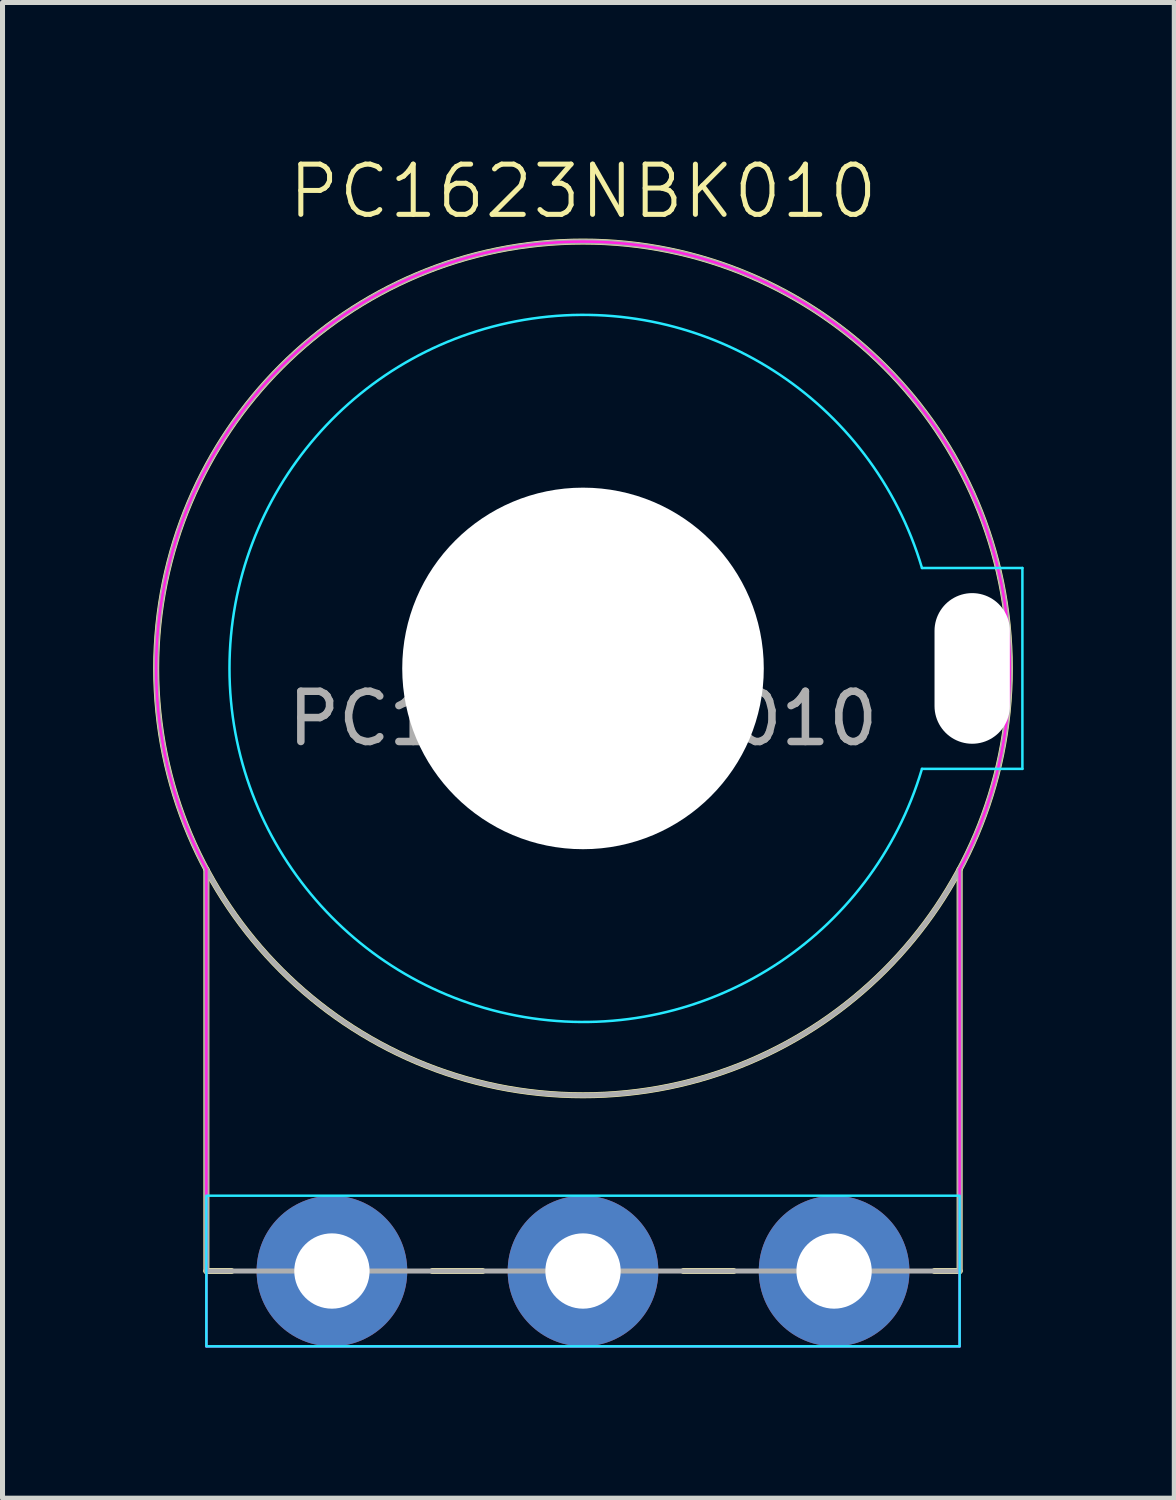
<source format=kicad_pcb>
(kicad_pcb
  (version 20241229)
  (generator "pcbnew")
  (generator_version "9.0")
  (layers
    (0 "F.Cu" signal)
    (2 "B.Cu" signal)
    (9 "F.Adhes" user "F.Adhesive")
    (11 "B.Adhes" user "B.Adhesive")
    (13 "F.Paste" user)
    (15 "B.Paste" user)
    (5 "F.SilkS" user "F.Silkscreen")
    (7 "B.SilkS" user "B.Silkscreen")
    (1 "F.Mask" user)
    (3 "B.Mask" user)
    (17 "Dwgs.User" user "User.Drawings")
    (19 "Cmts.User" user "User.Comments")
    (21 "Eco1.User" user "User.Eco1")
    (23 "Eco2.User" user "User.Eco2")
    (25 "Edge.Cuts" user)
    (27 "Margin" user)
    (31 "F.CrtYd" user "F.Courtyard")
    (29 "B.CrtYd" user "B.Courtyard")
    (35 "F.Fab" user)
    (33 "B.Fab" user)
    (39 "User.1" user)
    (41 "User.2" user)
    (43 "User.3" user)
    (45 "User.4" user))
  (footprint "PC1623NBK010"
    (layer "F.Cu")
    (at 13.56 22.261)
    (property "Reference" "PC1623NBK010" (at -5 -21.5 0) (unlocked yes) (layer "F.SilkS") (effects (font (size 1 1) (thickness 0.1))))
    (attr through_hole)
    (fp_rect (start -7.25 -17.75) (end -2.75 -6.25) (stroke (width 0.1) (type solid)) (fill yes) (layer "F.Mask"))
    (fp_circle (center -5 -12) (end 0.25 -12) (stroke (width 0.1) (type solid)) (fill yes) (layer "F.Mask"))
    (fp_circle (center -5 -12) (end 1.75 -12) (stroke (width 0.1) (type solid)) (fill yes) (layer "B.Mask"))
    (fp_line (start -12.5 -8) (end -12.5 0) (stroke (width 0.12) (type default)) (layer "F.SilkS"))
    (fp_line (start -12.5 0) (end -12 0) (stroke (width 0.12) (type default)) (layer "F.SilkS"))
    (fp_line (start -7 0) (end -8 0) (stroke (width 0.12) (type default)) (layer "F.SilkS"))
    (fp_line (start -2 0) (end -3 0) (stroke (width 0.12) (type default)) (layer "F.SilkS"))
    (fp_line (start 2.5 -8) (end 2.5 0) (stroke (width 0.12) (type default)) (layer "F.SilkS"))
    (fp_line (start 2.5 0) (end 2 0) (stroke (width 0.12) (type default)) (layer "F.SilkS"))
    (fp_circle (center -5 -12) (end 3.5 -12) (stroke (width 0.12) (type default)) (fill no) (layer "F.SilkS"))
    (fp_line (start 1.75 -14) (end 3.75 -14) (stroke (width 0.05) (type default)) (layer "B.CrtYd"))
    (fp_line (start 3.75 -14) (end 3.75 -10) (stroke (width 0.05) (type default)) (layer "B.CrtYd"))
    (fp_line (start 3.75 -10) (end 1.75 -10) (stroke (width 0.05) (type default)) (layer "B.CrtYd"))
    (fp_rect (start -12.5 -1.5) (end 2.5 1.5) (stroke (width 0.05) (type default)) (fill no) (layer "B.CrtYd"))
    (fp_arc (start 1.749999 -10) (mid -12.040063 -12) (end 1.749999 -14) (stroke (width 0.05) (type default)) (layer "B.CrtYd"))
    (fp_line (start -12.5 1.5) (end -12.5 -8) (stroke (width 0.05) (type default)) (layer "F.CrtYd"))
    (fp_line (start 2.5 -8) (end 2.5 1.5) (stroke (width 0.05) (type default)) (layer "F.CrtYd"))
    (fp_line (start 2.5 1.5) (end -12.5 1.5) (stroke (width 0.05) (type default)) (layer "F.CrtYd"))
    (fp_arc (start -12.5 -8) (mid -5 -20.5) (end 2.5 -8) (stroke (width 0.05) (type default)) (layer "F.CrtYd"))
    (fp_line (start -12.5 -8) (end -12.5 0) (stroke (width 0.1) (type default)) (layer "F.Fab"))
    (fp_line (start -12.5 0) (end 2.5 0) (stroke (width 0.1) (type default)) (layer "F.Fab"))
    (fp_line (start 2.5 0) (end 2.5 -8) (stroke (width 0.1) (type default)) (layer "F.Fab"))
    (fp_circle (center -5 -12) (end 3.5 -12) (stroke (width 0.1) (type default)) (fill no) (layer "F.Fab"))
    (fp_text user "${REFERENCE}" (at -5 -11 0) (unlocked yes) (layer "F.Fab") (effects (font (size 1 1) (thickness 0.15))))
    (pad "" np_thru_hole circle (at -5 -12) (size 7.2 7.2) (drill 7.2) (layers "*.Cu" "*.Mask"))
    (pad "" np_thru_hole oval (at 2.75 -12) (size 1.5 3) (drill oval 1.5 3) (layers "*.Cu" "*.Mask"))
    (pad "1" thru_hole circle (at 0 0) (size 3 3) (drill 1.5) (layers "*.Cu" "*.Mask"))
    (pad "2" thru_hole circle (at -5 0) (size 3 3) (drill 1.5) (layers "*.Cu" "*.Mask"))
    (pad "3" thru_hole circle (at -10 0) (size 3 3) (drill 1.5) (layers "*.Cu" "*.Mask"))
    (zone (net_name "") (layer "F.Cu") (hatch edge 0.5) (connect_pads) (min_thickness 0.25) (filled_areas_thickness no) (keepout (tracks not_allowed) (vias not_allowed) (pads not_allowed) (copperpour not_allowed) (footprints not_allowed)) (placement (enabled no)) (fill) (polygon (pts (xy 14.06 10.261) (xy 14.04 9.794) (xy 13.981 9.331) (xy 13.883 8.875) (xy 13.746 8.428) (xy 13.572 7.995) (xy 13.362 7.578) (xy 13.117 7.181) (xy 12.839 6.805) (xy 12.531 6.455) (xy 12.194 6.132) (xy 11.83 5.839) (xy 11.444 5.577) (xy 11.06 5.349) (xy 11.06 4.261) (xy 6.06 4.261) (xy 6.06 5.349) (xy 5.676 5.577) (xy 5.29 5.839) (xy 4.926 6.132) (xy 4.589 6.455) (xy 4.281 6.805) (xy 4.003 7.181) (xy 3.758 7.578) (xy 3.548 7.995) (xy 3.374 8.428) (xy 3.237 8.875) (xy 3.139 9.331) (xy 3.08 9.794) (xy 3.06 10.261) (xy 3.08 10.727) (xy 3.139 11.19) (xy 3.237 11.646) (xy 3.374 12.093) (xy 3.548 12.526) (xy 3.758 12.943) (xy 4.003 13.34) (xy 4.281 13.716) (xy 4.589 14.066) (xy 4.926 14.389) (xy 5.29 14.682) (xy 5.676 14.944) (xy 6.06 15.172) (xy 6.06 16.261) (xy 11.06 16.261) (xy 11.06 15.172) (xy 11.444 14.944) (xy 11.83 14.682) (xy 12.194 14.389) (xy 12.531 14.066) (xy 12.839 13.716) (xy 13.117 13.34) (xy 13.362 12.943) (xy 13.572 12.526) (xy 13.746 12.093) (xy 13.883 11.646) (xy 13.981 11.19) (xy 14.04 10.727))))
    (zone (net_name "") (layers "B.Cu" "B.Mask") (hatch edge 0.5) (connect_pads) (min_thickness 0.25) (filled_areas_thickness no) (keepout (tracks not_allowed) (vias not_allowed) (pads not_allowed) (copperpour not_allowed) (footprints not_allowed)) (placement (enabled no)) (fill) (polygon (pts (xy 15.56 10.261) (xy 15.54 9.737) (xy 15.482 9.217) (xy 15.384 8.703) (xy 15.249 8.197) (xy 15.076 7.703) (xy 14.867 7.223) (xy 14.622 6.761) (xy 14.344 6.317) (xy 14.033 5.896) (xy 13.691 5.499) (xy 13.321 5.129) (xy 12.924 4.788) (xy 12.503 4.477) (xy 12.06 4.198) (xy 11.597 3.954) (xy 11.117 3.744) (xy 10.623 3.571) (xy 10.118 3.436) (xy 9.603 3.339) (xy 9.083 3.28) (xy 8.56 3.26) (xy 8.037 3.28) (xy 7.517 3.339) (xy 7.002 3.436) (xy 6.497 3.571) (xy 6.003 3.744) (xy 5.523 3.954) (xy 5.06 4.198) (xy 4.617 4.477) (xy 4.196 4.788) (xy 3.799 5.129) (xy 3.429 5.499) (xy 3.087 5.896) (xy 2.776 6.317) (xy 2.498 6.761) (xy 2.253 7.223) (xy 2.044 7.703) (xy 1.871 8.197) (xy 1.736 8.703) (xy 1.638 9.217) (xy 1.58 9.737) (xy 1.56 10.261) (xy 1.58 10.784) (xy 1.638 11.304) (xy 1.736 11.818) (xy 1.871 12.324) (xy 2.044 12.818) (xy 2.253 13.298) (xy 2.498 13.761) (xy 2.776 14.204) (xy 3.087 14.625) (xy 3.429 15.022) (xy 3.799 15.392) (xy 4.196 15.733) (xy 4.617 16.044) (xy 5.06 16.323) (xy 5.523 16.567) (xy 6.003 16.777) (xy 6.497 16.95) (xy 7.002 17.085) (xy 7.517 17.182) (xy 8.037 17.241) (xy 8.56 17.261) (xy 9.083 17.241) (xy 9.603 17.182) (xy 10.118 17.085) (xy 10.623 16.95) (xy 11.117 16.777) (xy 11.597 16.567) (xy 12.06 16.323) (xy 12.503 16.044) (xy 12.924 15.733) (xy 13.321 15.392) (xy 13.691 15.022) (xy 14.033 14.625) (xy 14.344 14.204) (xy 14.622 13.761) (xy 14.867 13.298) (xy 15.076 12.818) (xy 15.249 12.324) (xy 15.384 11.818) (xy 15.482 11.304) (xy 15.54 10.784)))))
  (gr_rect
    (start -3 -3)
    (end 20.335 26.785)
    (stroke (width 0.1) (type default))
    (fill no)
    (layer "Edge.Cuts")))
</source>
